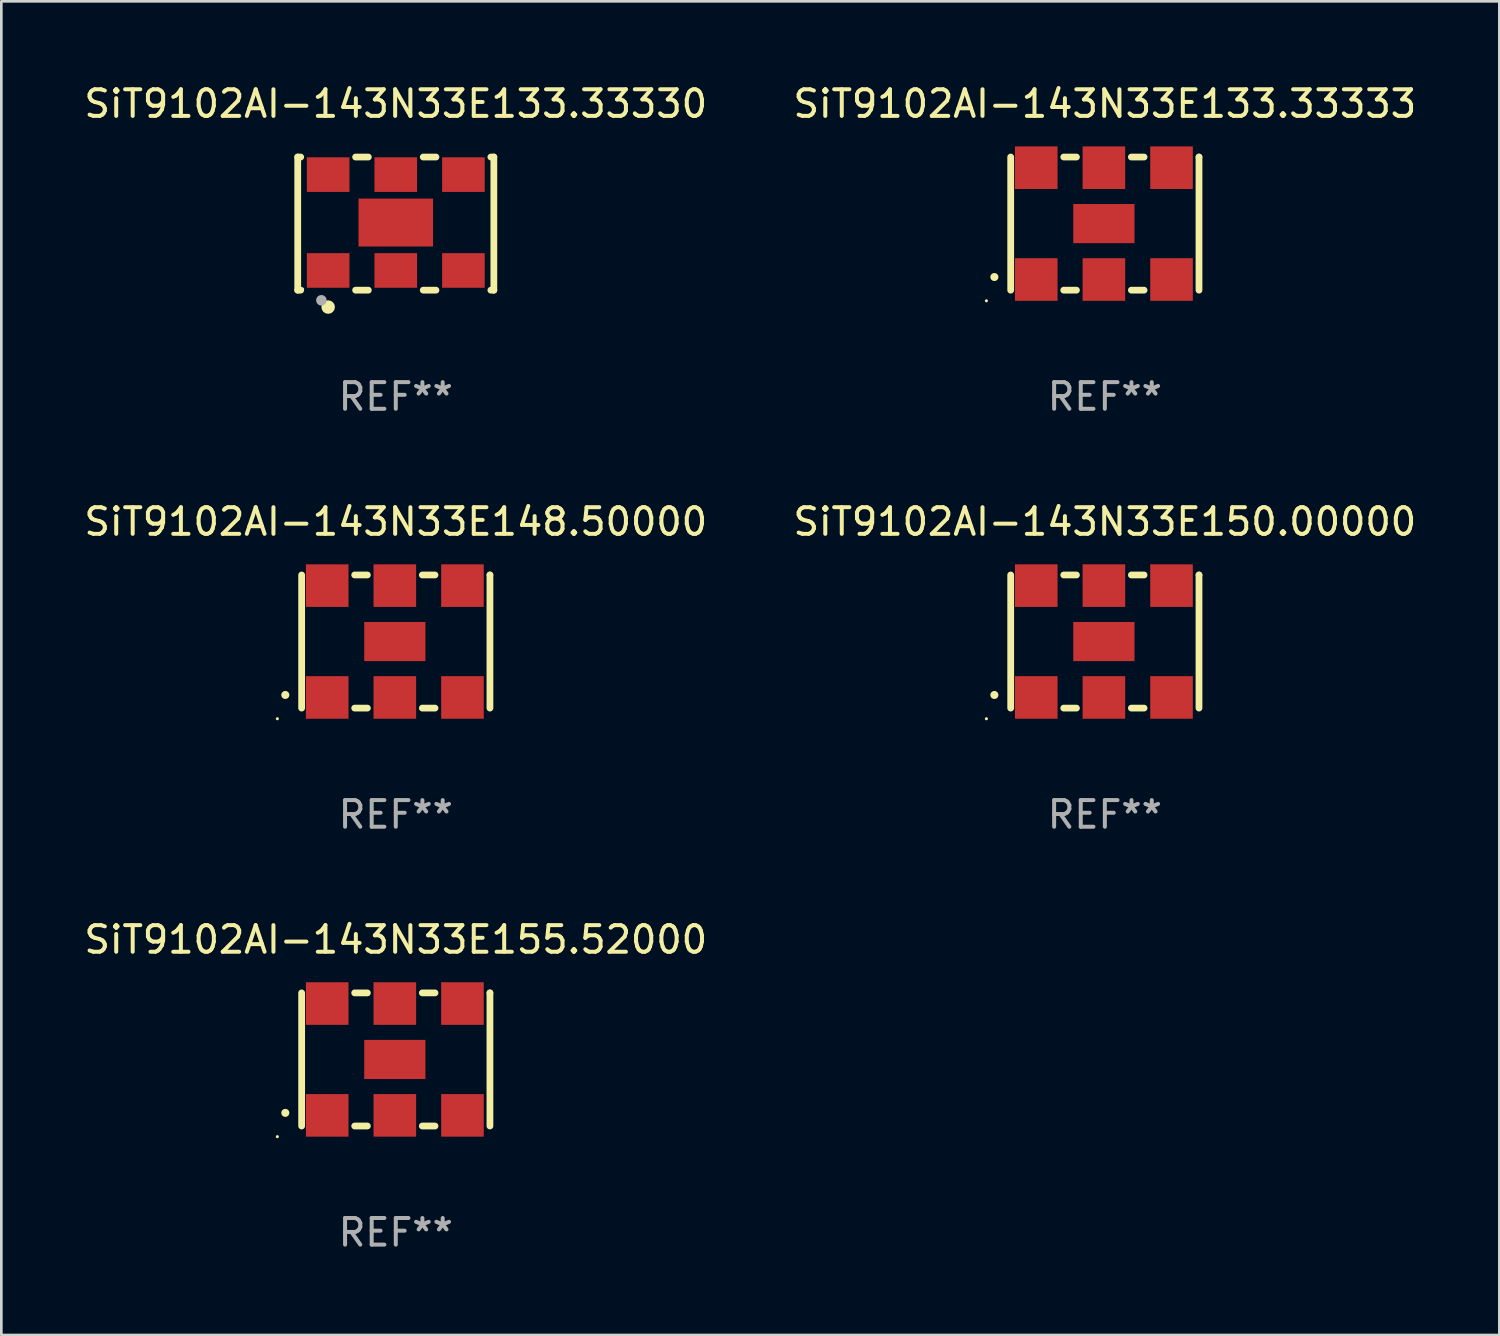
<source format=kicad_pcb>
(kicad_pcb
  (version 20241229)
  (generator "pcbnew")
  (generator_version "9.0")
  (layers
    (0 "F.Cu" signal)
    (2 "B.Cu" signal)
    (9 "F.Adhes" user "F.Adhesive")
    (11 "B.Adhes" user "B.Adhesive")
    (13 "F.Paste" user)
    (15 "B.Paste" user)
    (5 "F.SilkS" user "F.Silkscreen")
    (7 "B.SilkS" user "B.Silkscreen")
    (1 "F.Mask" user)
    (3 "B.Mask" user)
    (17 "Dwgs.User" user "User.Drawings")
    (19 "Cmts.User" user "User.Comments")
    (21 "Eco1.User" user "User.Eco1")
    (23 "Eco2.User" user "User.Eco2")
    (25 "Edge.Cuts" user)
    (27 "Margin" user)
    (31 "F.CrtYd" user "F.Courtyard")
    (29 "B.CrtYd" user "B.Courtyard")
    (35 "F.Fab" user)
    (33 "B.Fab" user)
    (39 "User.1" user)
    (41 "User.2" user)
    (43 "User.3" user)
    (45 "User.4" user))
  (footprint "SiT9102AI-143N33E133.33330"
    (layer "F.Cu")
    (at 11.815 5.348)
    (property "Reference" "SiT9102AI-143N33E133.33330" (at 0 -4.5 0) (layer "F.SilkS") (effects (font (size 1 1) (thickness 0.15))))
    (attr through_hole)
    (fp_line (start -3.683 -2.5) (end -3.571 -2.5) (stroke (width 0.254) (type solid)) (layer "F.SilkS"))
    (fp_line (start -3.683 2.5) (end -3.683 -2.5) (stroke (width 0.254) (type solid)) (layer "F.SilkS"))
    (fp_line (start -3.683 2.5) (end -3.571 2.5) (stroke (width 0.254) (type solid)) (layer "F.SilkS"))
    (fp_line (start -1.509 -2.5) (end -1.031 -2.5) (stroke (width 0.254) (type solid)) (layer "F.SilkS"))
    (fp_line (start -1.509 2.5) (end -1.031 2.5) (stroke (width 0.254) (type solid)) (layer "F.SilkS"))
    (fp_line (start 1.031 -2.5) (end 1.509 -2.5) (stroke (width 0.254) (type solid)) (layer "F.SilkS"))
    (fp_line (start 1.031 2.5) (end 1.509 2.5) (stroke (width 0.254) (type solid)) (layer "F.SilkS"))
    (fp_line (start 3.571 -2.5) (end 3.683 -2.5) (stroke (width 0.254) (type solid)) (layer "F.SilkS"))
    (fp_line (start 3.571 2.5) (end 3.683 2.5) (stroke (width 0.254) (type solid)) (layer "F.SilkS"))
    (fp_line (start 3.683 2.5) (end 3.683 -2.5) (stroke (width 0.254) (type solid)) (layer "F.SilkS"))
    (fp_circle (center -3.5 2.46) (end -3.47 2.46) (stroke (width 0.06) (type solid)) (fill no) (layer "F.SilkS"))
    (fp_circle (center -2.54 3.135) (end -2.413 3.135) (stroke (width 0.254) (type solid)) (fill no) (layer "F.SilkS"))
    (fp_circle (center -2.794 2.881) (end -2.694 2.881) (stroke (width 0.2) (type solid)) (fill no) (layer "F.Fab"))
    (fp_text user "REF**" (at 0 6.5 0) (layer "F.Fab") (effects (font (size 1 1) (thickness 0.15))))
    (pad "1" smd rect (at -2.54 1.76) (size 1.6 1.3) (layers "F.Cu" "F.Mask" "F.Paste"))
    (pad "2" smd rect (at 0 1.76) (size 1.6 1.3) (layers "F.Cu" "F.Mask" "F.Paste"))
    (pad "3" smd rect (at 2.54 1.76) (size 1.6 1.3) (layers "F.Cu" "F.Mask" "F.Paste"))
    (pad "4" smd rect (at 2.54 -1.84) (size 1.6 1.3) (layers "F.Cu" "F.Mask" "F.Paste"))
    (pad "5" smd rect (at 0 -1.84) (size 1.6 1.3) (layers "F.Cu" "F.Mask" "F.Paste"))
    (pad "6" smd rect (at -2.54 -1.84) (size 1.6 1.3) (layers "F.Cu" "F.Mask" "F.Paste"))
    (pad "7" smd rect (at 0 -0.04) (size 2.8 1.8) (layers "F.Cu" "F.Mask" "F.Paste")))
  (footprint "SiT9102AI-143N33E148.50000"
    (layer "F.Cu")
    (at 11.815 21.045)
    (property "Reference" "SiT9102AI-143N33E148.50000" (at 0 -4.5 0) (layer "F.SilkS") (effects (font (size 1 1) (thickness 0.15))))
    (attr through_hole)
    (fp_line (start -3.536 -2.5) (end -3.536 2.5) (stroke (width 0.254) (type solid)) (layer "F.SilkS"))
    (fp_line (start -1.544 2.5) (end -1.067 2.5) (stroke (width 0.254) (type solid)) (layer "F.SilkS"))
    (fp_line (start -1.067 -2.5) (end -1.544 -2.5) (stroke (width 0.254) (type solid)) (layer "F.SilkS"))
    (fp_line (start 0.996 2.5) (end 1.473 2.5) (stroke (width 0.254) (type solid)) (layer "F.SilkS"))
    (fp_line (start 1.473 -2.5) (end 0.996 -2.5) (stroke (width 0.254) (type solid)) (layer "F.SilkS"))
    (fp_line (start 3.536 -2.5) (end 3.536 -2.5) (stroke (width 0.254) (type solid)) (layer "F.SilkS"))
    (fp_line (start 3.536 2.5) (end 3.536 -2.5) (stroke (width 0.254) (type solid)) (layer "F.SilkS"))
    (fp_arc (start -4.150432 2.006604) (mid -4.149162 2.006599) (end -4.147892 2.006604) (stroke (width 0.3) (type solid)) (layer "F.SilkS"))
    (fp_circle (center -4.449 2.9) (end -4.419 2.9) (stroke (width 0.06) (type solid)) (fill no) (layer "F.SilkS"))
    (fp_text user "REF**" (at 0 6.5 0) (layer "F.Fab") (effects (font (size 1 1) (thickness 0.15))))
    (pad "1" smd rect (at -2.576 2.1) (size 1.6 1.6) (layers "F.Cu" "F.Mask" "F.Paste"))
    (pad "2" smd rect (at -0.036 2.1) (size 1.6 1.6) (layers "F.Cu" "F.Mask" "F.Paste"))
    (pad "3" smd rect (at 2.504 2.1) (size 1.6 1.6) (layers "F.Cu" "F.Mask" "F.Paste"))
    (pad "4" smd rect (at 2.504 -2.1) (size 1.6 1.6) (layers "F.Cu" "F.Mask" "F.Paste"))
    (pad "5" smd rect (at -0.036 -2.1) (size 1.6 1.6) (layers "F.Cu" "F.Mask" "F.Paste"))
    (pad "6" smd rect (at -2.576 -2.1) (size 1.6 1.6) (layers "F.Cu" "F.Mask" "F.Paste"))
    (pad "7" smd rect (at -0.036 0) (size 2.3 1.47) (layers "F.Cu" "F.Mask" "F.Paste")))
  (footprint "SiT9102AI-143N33E155.52000"
    (layer "F.Cu")
    (at 11.815 36.741)
    (property "Reference" "SiT9102AI-143N33E155.52000" (at 0 -4.5 0) (layer "F.SilkS") (effects (font (size 1 1) (thickness 0.15))))
    (attr through_hole)
    (fp_line (start -3.536 -2.5) (end -3.536 2.5) (stroke (width 0.254) (type solid)) (layer "F.SilkS"))
    (fp_line (start -1.544 2.5) (end -1.067 2.5) (stroke (width 0.254) (type solid)) (layer "F.SilkS"))
    (fp_line (start -1.067 -2.5) (end -1.544 -2.5) (stroke (width 0.254) (type solid)) (layer "F.SilkS"))
    (fp_line (start 0.996 2.5) (end 1.473 2.5) (stroke (width 0.254) (type solid)) (layer "F.SilkS"))
    (fp_line (start 1.473 -2.5) (end 0.996 -2.5) (stroke (width 0.254) (type solid)) (layer "F.SilkS"))
    (fp_line (start 3.536 -2.5) (end 3.536 -2.5) (stroke (width 0.254) (type solid)) (layer "F.SilkS"))
    (fp_line (start 3.536 2.5) (end 3.536 -2.5) (stroke (width 0.254) (type solid)) (layer "F.SilkS"))
    (fp_arc (start -4.150432 2.006604) (mid -4.149162 2.006599) (end -4.147892 2.006604) (stroke (width 0.3) (type solid)) (layer "F.SilkS"))
    (fp_circle (center -4.449 2.9) (end -4.419 2.9) (stroke (width 0.06) (type solid)) (fill no) (layer "F.SilkS"))
    (fp_text user "REF**" (at 0 6.5 0) (layer "F.Fab") (effects (font (size 1 1) (thickness 0.15))))
    (pad "1" smd rect (at -2.576 2.1) (size 1.6 1.6) (layers "F.Cu" "F.Mask" "F.Paste"))
    (pad "2" smd rect (at -0.036 2.1) (size 1.6 1.6) (layers "F.Cu" "F.Mask" "F.Paste"))
    (pad "3" smd rect (at 2.504 2.1) (size 1.6 1.6) (layers "F.Cu" "F.Mask" "F.Paste"))
    (pad "4" smd rect (at 2.504 -2.1) (size 1.6 1.6) (layers "F.Cu" "F.Mask" "F.Paste"))
    (pad "5" smd rect (at -0.036 -2.1) (size 1.6 1.6) (layers "F.Cu" "F.Mask" "F.Paste"))
    (pad "6" smd rect (at -2.576 -2.1) (size 1.6 1.6) (layers "F.Cu" "F.Mask" "F.Paste"))
    (pad "7" smd rect (at -0.036 0) (size 2.3 1.47) (layers "F.Cu" "F.Mask" "F.Paste")))
  (footprint "SiT9102AI-143N33E150.00000"
    (layer "F.Cu")
    (at 38.446 21.045)
    (property "Reference" "SiT9102AI-143N33E150.00000" (at 0 -4.5 0) (layer "F.SilkS") (effects (font (size 1 1) (thickness 0.15))))
    (attr through_hole)
    (fp_line (start -3.536 -2.5) (end -3.536 2.5) (stroke (width 0.254) (type solid)) (layer "F.SilkS"))
    (fp_line (start -1.544 2.5) (end -1.067 2.5) (stroke (width 0.254) (type solid)) (layer "F.SilkS"))
    (fp_line (start -1.067 -2.5) (end -1.544 -2.5) (stroke (width 0.254) (type solid)) (layer "F.SilkS"))
    (fp_line (start 0.996 2.5) (end 1.473 2.5) (stroke (width 0.254) (type solid)) (layer "F.SilkS"))
    (fp_line (start 1.473 -2.5) (end 0.996 -2.5) (stroke (width 0.254) (type solid)) (layer "F.SilkS"))
    (fp_line (start 3.536 -2.5) (end 3.536 -2.5) (stroke (width 0.254) (type solid)) (layer "F.SilkS"))
    (fp_line (start 3.536 2.5) (end 3.536 -2.5) (stroke (width 0.254) (type solid)) (layer "F.SilkS"))
    (fp_arc (start -4.150432 2.006604) (mid -4.149162 2.006599) (end -4.147892 2.006604) (stroke (width 0.3) (type solid)) (layer "F.SilkS"))
    (fp_circle (center -4.449 2.9) (end -4.419 2.9) (stroke (width 0.06) (type solid)) (fill no) (layer "F.SilkS"))
    (fp_text user "REF**" (at 0 6.5 0) (layer "F.Fab") (effects (font (size 1 1) (thickness 0.15))))
    (pad "1" smd rect (at -2.576 2.1) (size 1.6 1.6) (layers "F.Cu" "F.Mask" "F.Paste"))
    (pad "2" smd rect (at -0.036 2.1) (size 1.6 1.6) (layers "F.Cu" "F.Mask" "F.Paste"))
    (pad "3" smd rect (at 2.504 2.1) (size 1.6 1.6) (layers "F.Cu" "F.Mask" "F.Paste"))
    (pad "4" smd rect (at 2.504 -2.1) (size 1.6 1.6) (layers "F.Cu" "F.Mask" "F.Paste"))
    (pad "5" smd rect (at -0.036 -2.1) (size 1.6 1.6) (layers "F.Cu" "F.Mask" "F.Paste"))
    (pad "6" smd rect (at -2.576 -2.1) (size 1.6 1.6) (layers "F.Cu" "F.Mask" "F.Paste"))
    (pad "7" smd rect (at -0.036 0) (size 2.3 1.47) (layers "F.Cu" "F.Mask" "F.Paste")))
  (footprint "SiT9102AI-143N33E133.33333"
    (layer "F.Cu")
    (at 38.446 5.348)
    (property "Reference" "SiT9102AI-143N33E133.33333" (at 0 -4.5 0) (layer "F.SilkS") (effects (font (size 1 1) (thickness 0.15))))
    (attr through_hole)
    (fp_line (start -3.536 -2.5) (end -3.536 2.5) (stroke (width 0.254) (type solid)) (layer "F.SilkS"))
    (fp_line (start -1.544 2.5) (end -1.067 2.5) (stroke (width 0.254) (type solid)) (layer "F.SilkS"))
    (fp_line (start -1.067 -2.5) (end -1.544 -2.5) (stroke (width 0.254) (type solid)) (layer "F.SilkS"))
    (fp_line (start 0.996 2.5) (end 1.473 2.5) (stroke (width 0.254) (type solid)) (layer "F.SilkS"))
    (fp_line (start 1.473 -2.5) (end 0.996 -2.5) (stroke (width 0.254) (type solid)) (layer "F.SilkS"))
    (fp_line (start 3.536 -2.5) (end 3.536 -2.5) (stroke (width 0.254) (type solid)) (layer "F.SilkS"))
    (fp_line (start 3.536 2.5) (end 3.536 -2.5) (stroke (width 0.254) (type solid)) (layer "F.SilkS"))
    (fp_arc (start -4.150432 2.006604) (mid -4.149162 2.006599) (end -4.147892 2.006604) (stroke (width 0.3) (type solid)) (layer "F.SilkS"))
    (fp_circle (center -4.449 2.9) (end -4.419 2.9) (stroke (width 0.06) (type solid)) (fill no) (layer "F.SilkS"))
    (fp_text user "REF**" (at 0 6.5 0) (layer "F.Fab") (effects (font (size 1 1) (thickness 0.15))))
    (pad "1" smd rect (at -2.576 2.1) (size 1.6 1.6) (layers "F.Cu" "F.Mask" "F.Paste"))
    (pad "2" smd rect (at -0.036 2.1) (size 1.6 1.6) (layers "F.Cu" "F.Mask" "F.Paste"))
    (pad "3" smd rect (at 2.504 2.1) (size 1.6 1.6) (layers "F.Cu" "F.Mask" "F.Paste"))
    (pad "4" smd rect (at 2.504 -2.1) (size 1.6 1.6) (layers "F.Cu" "F.Mask" "F.Paste"))
    (pad "5" smd rect (at -0.036 -2.1) (size 1.6 1.6) (layers "F.Cu" "F.Mask" "F.Paste"))
    (pad "6" smd rect (at -2.576 -2.1) (size 1.6 1.6) (layers "F.Cu" "F.Mask" "F.Paste"))
    (pad "7" smd rect (at -0.036 0) (size 2.3 1.47) (layers "F.Cu" "F.Mask" "F.Paste")))
  (gr_rect
    (start -3 -3)
    (end 53.262 47.09)
    (stroke (width 0.1) (type default))
    (fill no)
    (layer "Edge.Cuts")))
</source>
